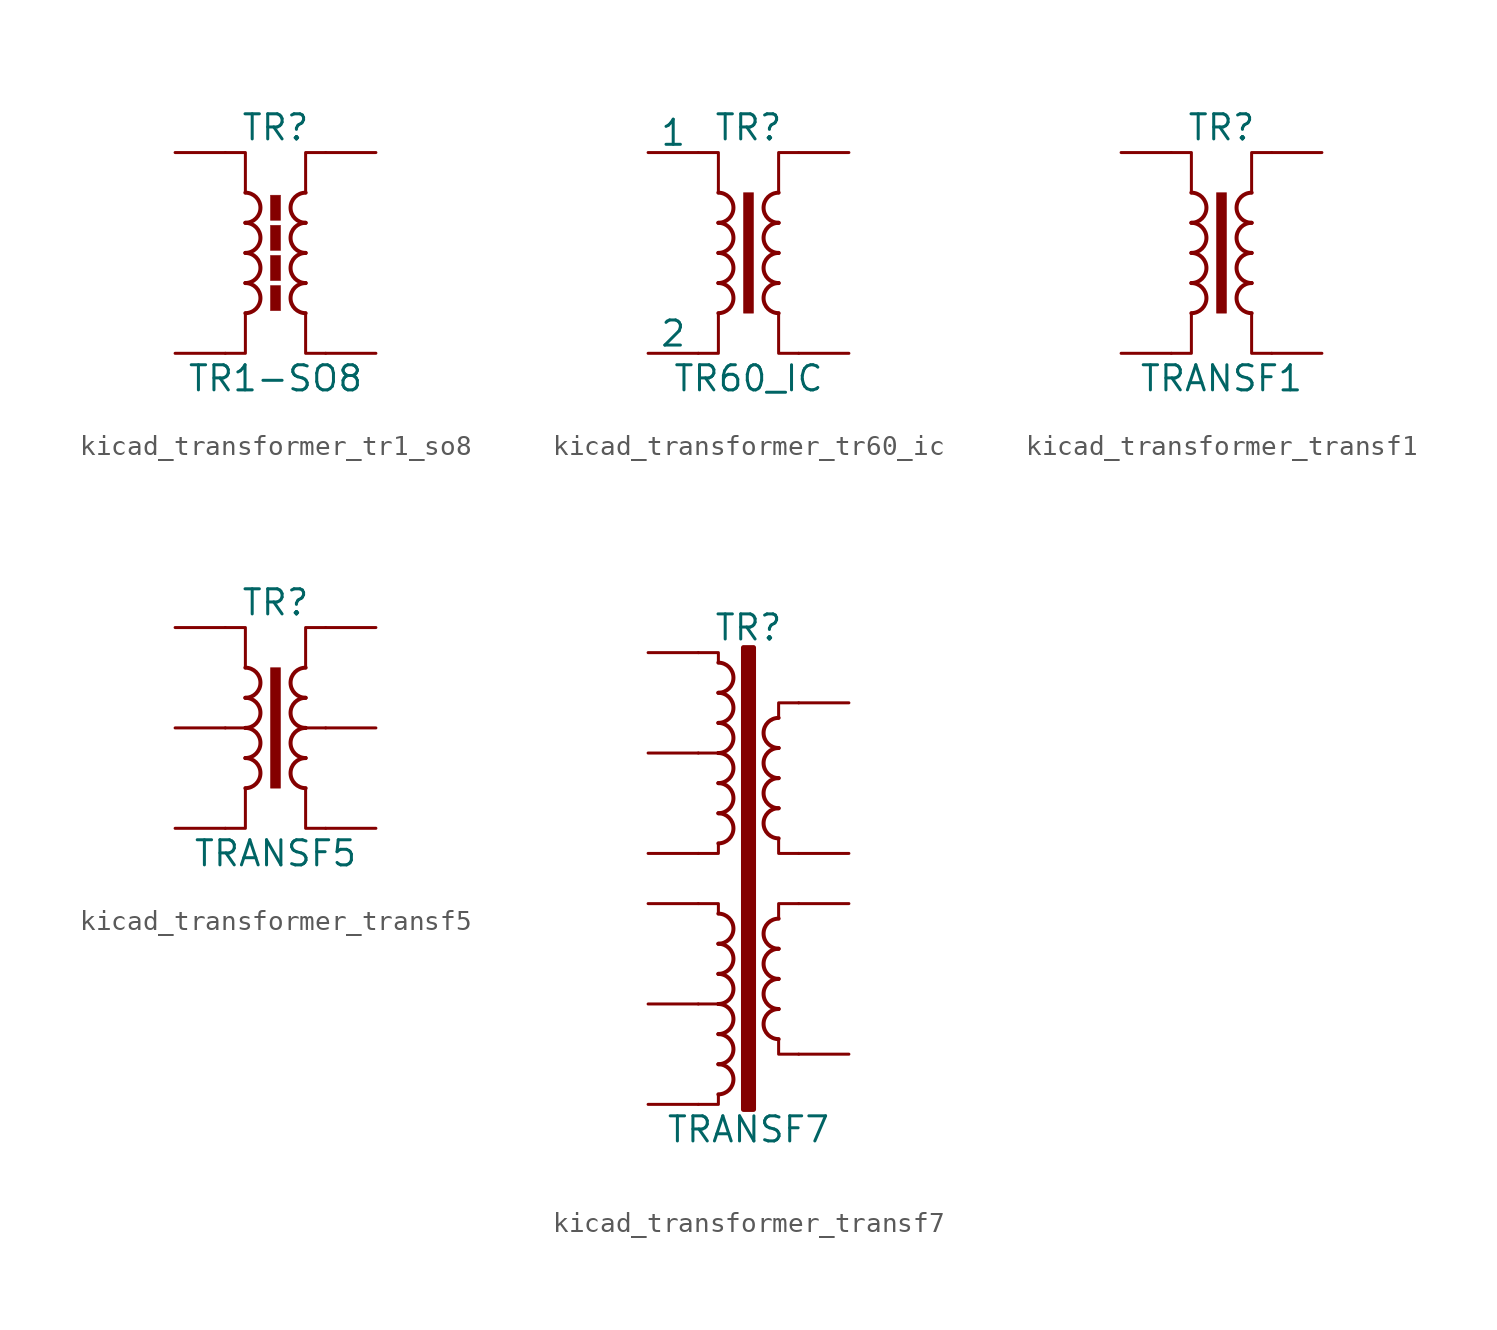
<source format=kicad_sym>
(kicad_symbol_lib
  (version 20220914)
  (generator kicad_symbol_editor)
  (symbol "kicad_transformer_tr1_so8"
    (pin_numbers hide)
    (pin_names
      (offset 0))
    (property "Reference" "TR"
      (at 0 6.35 0)
      (effects (font (size 1.27 1.27))))
    (property "Value" "TR1-SO8"
      (at 0 -6.35 0)
      (effects (font (size 1.27 1.27))))
    (symbol "kicad_transformer_tr1_so8_0_1"
      (arc (start -1.524 -3.048) (mid -0.7653 -2.286) (end -1.524 -1.524) (stroke (width 0.2032) (type default)) (fill (type none)))
      (arc (start -1.524 -1.524) (mid -0.7653 -0.762) (end -1.524 0) (stroke (width 0.2032) (type default)) (fill (type none)))
      (arc (start -1.524 0) (mid -0.7653 0.762) (end -1.524 1.524) (stroke (width 0.2032) (type default)) (fill (type none)))
      (arc (start -1.524 1.524) (mid -0.7653 2.286) (end -1.524 3.048) (stroke (width 0.2032) (type default)) (fill (type none)))
      (rectangle (start -0.254 -1.651) (end 0.254 -2.921) (stroke (width 0.025) (type default)) (fill (type outline)))
      (rectangle (start -0.254 -0.127) (end 0.254 -1.397) (stroke (width 0.025) (type default)) (fill (type outline)))
      (rectangle (start -0.254 1.397) (end 0.254 0.127) (stroke (width 0.025) (type default)) (fill (type outline)))
      (rectangle (start -0.254 2.921) (end 0.254 1.651) (stroke (width 0.025) (type default)) (fill (type outline)))
      (polyline (pts (xy -2.54 5.08) (xy -1.524 5.08) (xy -1.524 3.048) (xy -1.524 3.048)) (stroke (width 0.152) (type default)) (fill (type none)))
      (polyline (pts (xy -1.524 -3.048) (xy -1.524 -5.08) (xy -2.54 -5.08) (xy -2.54 -5.08)) (stroke (width 0.152) (type default)) (fill (type none)))
      (polyline (pts (xy 1.524 3.048) (xy 1.524 5.08) (xy 2.54 5.08) (xy 2.54 5.08)) (stroke (width 0.152) (type default)) (fill (type none)))
      (polyline (pts (xy 2.54 -5.08) (xy 1.524 -5.08) (xy 1.524 -3.048) (xy 1.524 -3.048)) (stroke (width 0.152) (type default)) (fill (type none)))
      (arc (start 1.524 -1.524) (mid 0.7653 -2.286) (end 1.524 -3.048) (stroke (width 0.2032) (type default)) (fill (type none)))
      (arc (start 1.524 0) (mid 0.7653 -0.762) (end 1.524 -1.524) (stroke (width 0.2032) (type default)) (fill (type none)))
      (arc (start 1.524 1.524) (mid 0.7653 0.762) (end 1.524 0) (stroke (width 0.2032) (type default)) (fill (type none)))
      (arc (start 1.524 3.048) (mid 0.7653 2.286) (end 1.524 1.524) (stroke (width 0.2032) (type default)) (fill (type none))))
    (symbol "kicad_transformer_tr1_so8_1_1"
      (pin passive line (at -5.08 5.08 0) (length 2.54) (name "~" (effects (font (size 1.27 1.27)))) (number "1" (effects (font (size 1.27 1.27)))))
      (pin passive line (at -5.08 -5.08 0) (length 2.54) (name "~" (effects (font (size 1.27 1.27)))) (number "4" (effects (font (size 1.27 1.27)))))
      (pin passive line (at 5.08 -5.08 180) (length 2.54) (name "~" (effects (font (size 1.27 1.27)))) (number "5" (effects (font (size 1.27 1.27)))))
      (pin passive line (at 5.08 5.08 180) (length 2.54) (name "~" (effects (font (size 1.27 1.27)))) (number "8" (effects (font (size 1.27 1.27)))))))
  (symbol "kicad_transformer_tr60_ic"
    (pin_numbers hide)
    (pin_names
      (offset 0))
    (property "Reference" "TR"
      (at 0 6.35 0)
      (effects (font (size 1.27 1.27))))
    (property "Value" "TR60_IC"
      (at 0 -6.35 0)
      (effects (font (size 1.27 1.27))))
    (symbol "kicad_transformer_tr60_ic_0_1"
      (arc (start -1.524 -3.048) (mid -0.7653 -2.286) (end -1.524 -1.524) (stroke (width 0.2032) (type default)) (fill (type none)))
      (arc (start -1.524 -1.524) (mid -0.7653 -0.762) (end -1.524 0) (stroke (width 0.2032) (type default)) (fill (type none)))
      (arc (start -1.524 0) (mid -0.7653 0.762) (end -1.524 1.524) (stroke (width 0.2032) (type default)) (fill (type none)))
      (arc (start -1.524 1.524) (mid -0.7653 2.286) (end -1.524 3.048) (stroke (width 0.2032) (type default)) (fill (type none)))
      (rectangle (start -0.254 3.048) (end 0.254 -3.048) (stroke (width 0.025) (type default)) (fill (type outline)))
      (polyline (pts (xy -2.54 5.08) (xy -1.524 5.08) (xy -1.524 3.048) (xy -1.524 3.048)) (stroke (width 0.152) (type default)) (fill (type none)))
      (polyline (pts (xy -1.524 -3.048) (xy -1.524 -5.08) (xy -2.54 -5.08) (xy -2.54 -5.08)) (stroke (width 0.152) (type default)) (fill (type none)))
      (polyline (pts (xy 1.524 3.048) (xy 1.524 5.08) (xy 2.54 5.08) (xy 2.54 5.08)) (stroke (width 0.152) (type default)) (fill (type none)))
      (polyline (pts (xy 2.54 -5.08) (xy 1.524 -5.08) (xy 1.524 -3.048) (xy 1.524 -3.048)) (stroke (width 0.152) (type default)) (fill (type none)))
      (arc (start 1.524 -1.524) (mid 0.7653 -2.286) (end 1.524 -3.048) (stroke (width 0.2032) (type default)) (fill (type none)))
      (arc (start 1.524 0) (mid 0.7653 -0.762) (end 1.524 -1.524) (stroke (width 0.2032) (type default)) (fill (type none)))
      (arc (start 1.524 1.524) (mid 0.7653 0.762) (end 1.524 0) (stroke (width 0.2032) (type default)) (fill (type none)))
      (arc (start 1.524 3.048) (mid 0.7653 2.286) (end 1.524 1.524) (stroke (width 0.2032) (type default)) (fill (type none))))
    (symbol "kicad_transformer_tr60_ic_1_1"
      (pin passive line (at -5.08 5.08 0) (length 2.54) (name "1" (effects (font (size 1.27 1.27)))) (number "1" (effects (font (size 1.27 1.27)))))
      (pin passive line (at -5.08 -5.08 0) (length 2.54) (name "2" (effects (font (size 1.27 1.27)))) (number "2" (effects (font (size 1.27 1.27)))))
      (pin passive line (at 5.08 5.08 180) (length 2.54) (name "~" (effects (font (size 1.27 1.27)))) (number "3" (effects (font (size 1.27 1.27)))))
      (pin passive line (at 5.08 -5.08 180) (length 2.54) (name "~" (effects (font (size 1.27 1.27)))) (number "4" (effects (font (size 1.27 1.27)))))))
  (symbol "kicad_transformer_transf1"
    (pin_numbers hide)
    (pin_names
      (offset 0))
    (property "Reference" "TR"
      (at 0 6.35 0)
      (effects (font (size 1.27 1.27))))
    (property "Value" "TRANSF1"
      (at 0 -6.35 0)
      (effects (font (size 1.27 1.27))))
    (symbol "kicad_transformer_transf1_0_1"
      (arc (start -1.524 -3.048) (mid -0.7653 -2.286) (end -1.524 -1.524) (stroke (width 0.2032) (type default)) (fill (type none)))
      (arc (start -1.524 -1.524) (mid -0.7653 -0.762) (end -1.524 0) (stroke (width 0.2032) (type default)) (fill (type none)))
      (arc (start -1.524 0) (mid -0.7653 0.762) (end -1.524 1.524) (stroke (width 0.2032) (type default)) (fill (type none)))
      (arc (start -1.524 1.524) (mid -0.7653 2.286) (end -1.524 3.048) (stroke (width 0.2032) (type default)) (fill (type none)))
      (rectangle (start -0.254 3.048) (end 0.254 -3.048) (stroke (width 0.025) (type default)) (fill (type outline)))
      (polyline (pts (xy -2.54 5.08) (xy -1.524 5.08) (xy -1.524 3.048) (xy -1.524 3.048)) (stroke (width 0.152) (type default)) (fill (type none)))
      (polyline (pts (xy -1.524 -3.048) (xy -1.524 -5.08) (xy -2.54 -5.08) (xy -2.54 -5.08)) (stroke (width 0.152) (type default)) (fill (type none)))
      (polyline (pts (xy 1.524 3.048) (xy 1.524 5.08) (xy 2.54 5.08) (xy 2.54 5.08)) (stroke (width 0.152) (type default)) (fill (type none)))
      (polyline (pts (xy 2.54 -5.08) (xy 1.524 -5.08) (xy 1.524 -3.048) (xy 1.524 -3.048)) (stroke (width 0.152) (type default)) (fill (type none)))
      (arc (start 1.524 -1.524) (mid 0.7653 -2.286) (end 1.524 -3.048) (stroke (width 0.2032) (type default)) (fill (type none)))
      (arc (start 1.524 0) (mid 0.7653 -0.762) (end 1.524 -1.524) (stroke (width 0.2032) (type default)) (fill (type none)))
      (arc (start 1.524 1.524) (mid 0.7653 0.762) (end 1.524 0) (stroke (width 0.2032) (type default)) (fill (type none)))
      (arc (start 1.524 3.048) (mid 0.7653 2.286) (end 1.524 1.524) (stroke (width 0.2032) (type default)) (fill (type none))))
    (symbol "kicad_transformer_transf1_1_1"
      (pin passive line (at -5.08 5.08 0) (length 2.54) (name "~" (effects (font (size 1.27 1.27)))) (number "1" (effects (font (size 1.27 1.27)))))
      (pin passive line (at -5.08 -5.08 0) (length 2.54) (name "~" (effects (font (size 1.27 1.27)))) (number "2" (effects (font (size 1.27 1.27)))))
      (pin passive line (at 5.08 -5.08 180) (length 2.54) (name "~" (effects (font (size 1.27 1.27)))) (number "3" (effects (font (size 1.27 1.27)))))
      (pin passive line (at 5.08 5.08 180) (length 2.54) (name "~" (effects (font (size 1.27 1.27)))) (number "4" (effects (font (size 1.27 1.27)))))))
  (symbol "kicad_transformer_transf5"
    (pin_numbers hide)
    (pin_names
      (offset 0))
    (property "Reference" "TR"
      (at 0 6.35 0)
      (effects (font (size 1.27 1.27))))
    (property "Value" "TRANSF5"
      (at 0 -6.35 0)
      (effects (font (size 1.27 1.27))))
    (symbol "kicad_transformer_transf5_0_1"
      (arc (start -1.524 -3.048) (mid -0.7653 -2.286) (end -1.524 -1.524) (stroke (width 0.2032) (type default)) (fill (type none)))
      (arc (start -1.524 -1.524) (mid -0.7653 -0.762) (end -1.524 0) (stroke (width 0.2032) (type default)) (fill (type none)))
      (arc (start -1.524 0) (mid -0.7653 0.762) (end -1.524 1.524) (stroke (width 0.2032) (type default)) (fill (type none)))
      (arc (start -1.524 1.524) (mid -0.7653 2.286) (end -1.524 3.048) (stroke (width 0.2032) (type default)) (fill (type none)))
      (rectangle (start -0.254 3.048) (end 0.254 -3.048) (stroke (width 0.025) (type default)) (fill (type outline)))
      (polyline (pts (xy -1.524 0) (xy -2.54 0) (xy -2.54 0)) (stroke (width 0) (type default)) (fill (type outline)))
      (polyline (pts (xy 1.524 0) (xy 2.54 0) (xy 2.54 0)) (stroke (width 0) (type default)) (fill (type outline)))
      (polyline (pts (xy -2.54 5.08) (xy -1.524 5.08) (xy -1.524 3.048) (xy -1.524 3.048)) (stroke (width 0.152) (type default)) (fill (type none)))
      (polyline (pts (xy -1.524 -3.048) (xy -1.524 -5.08) (xy -2.54 -5.08) (xy -2.54 -5.08)) (stroke (width 0.152) (type default)) (fill (type none)))
      (polyline (pts (xy 1.524 3.048) (xy 1.524 5.08) (xy 2.54 5.08) (xy 2.54 5.08)) (stroke (width 0.152) (type default)) (fill (type none)))
      (polyline (pts (xy 2.54 -5.08) (xy 1.524 -5.08) (xy 1.524 -3.048) (xy 1.524 -3.048)) (stroke (width 0.152) (type default)) (fill (type none)))
      (arc (start 1.524 -1.524) (mid 0.7653 -2.286) (end 1.524 -3.048) (stroke (width 0.2032) (type default)) (fill (type none)))
      (arc (start 1.524 0) (mid 0.7653 -0.762) (end 1.524 -1.524) (stroke (width 0.2032) (type default)) (fill (type none)))
      (arc (start 1.524 1.524) (mid 0.7653 0.762) (end 1.524 0) (stroke (width 0.2032) (type default)) (fill (type none)))
      (arc (start 1.524 3.048) (mid 0.7653 2.286) (end 1.524 1.524) (stroke (width 0.2032) (type default)) (fill (type none))))
    (symbol "kicad_transformer_transf5_1_1"
      (pin passive line (at -5.08 5.08 0) (length 2.54) (name "~" (effects (font (size 1.27 1.27)))) (number "1" (effects (font (size 1.27 1.27)))))
      (pin passive line (at -5.08 0 0) (length 2.54) (name "~" (effects (font (size 1.27 1.27)))) (number "2" (effects (font (size 1.27 1.27)))))
      (pin passive line (at -5.08 -5.08 0) (length 2.54) (name "~" (effects (font (size 1.27 1.27)))) (number "3" (effects (font (size 1.27 1.27)))))
      (pin passive line (at 5.08 -5.08 180) (length 2.54) (name "~" (effects (font (size 1.27 1.27)))) (number "4" (effects (font (size 1.27 1.27)))))
      (pin passive line (at 5.08 0 180) (length 2.54) (name "~" (effects (font (size 1.27 1.27)))) (number "5" (effects (font (size 1.27 1.27)))))
      (pin passive line (at 5.08 5.08 180) (length 2.54) (name "~" (effects (font (size 1.27 1.27)))) (number "6" (effects (font (size 1.27 1.27)))))))
  (symbol "kicad_transformer_transf7"
    (pin_numbers hide)
    (pin_names
      (offset 0))
    (property "Reference" "TR"
      (at 0 13.97 0)
      (effects (font (size 1.27 1.27))))
    (property "Value" "TRANSF7"
      (at 0 -11.43 0)
      (effects (font (size 1.27 1.27))))
    (symbol "kicad_transformer_transf7_0_1"
      (arc (start -1.524 -9.652) (mid -0.7653 -8.89) (end -1.524 -8.128) (stroke (width 0.2032) (type default)) (fill (type none)))
      (arc (start -1.524 -8.128) (mid -0.7653 -7.366) (end -1.524 -6.604) (stroke (width 0.2032) (type default)) (fill (type none)))
      (arc (start -1.524 -6.604) (mid -0.7653 -5.842) (end -1.524 -5.08) (stroke (width 0.2032) (type default)) (fill (type none)))
      (arc (start -1.524 -5.08) (mid -0.7653 -4.318) (end -1.524 -3.556) (stroke (width 0.2032) (type default)) (fill (type none)))
      (arc (start -1.524 -3.556) (mid -0.7653 -2.794) (end -1.524 -2.032) (stroke (width 0.2032) (type default)) (fill (type none)))
      (arc (start -1.524 -2.032) (mid -0.7653 -1.27) (end -1.524 -0.508) (stroke (width 0.2032) (type default)) (fill (type none)))
      (arc (start -1.524 3.048) (mid -0.7653 3.81) (end -1.524 4.572) (stroke (width 0.2032) (type default)) (fill (type none)))
      (arc (start -1.524 4.572) (mid -0.7653 5.334) (end -1.524 6.096) (stroke (width 0.2032) (type default)) (fill (type none)))
      (arc (start -1.524 6.096) (mid -0.7653 6.858) (end -1.524 7.62) (stroke (width 0.2032) (type default)) (fill (type none)))
      (arc (start -1.524 7.62) (mid -0.7653 8.382) (end -1.524 9.144) (stroke (width 0.2032) (type default)) (fill (type none)))
      (arc (start -1.524 9.144) (mid -0.7653 9.906) (end -1.524 10.668) (stroke (width 0.2032) (type default)) (fill (type none)))
      (arc (start -1.524 10.668) (mid -0.7653 11.43) (end -1.524 12.192) (stroke (width 0.2032) (type default)) (fill (type none)))
      (rectangle (start -0.254 12.954) (end 0.254 -10.414) (stroke (width 0.254) (type default)) (fill (type outline)))
      (polyline (pts (xy -1.524 -5.08) (xy -2.54 -5.08) (xy -2.54 -5.08)) (stroke (width 0) (type default)) (fill (type outline)))
      (polyline (pts (xy -1.524 7.62) (xy -2.54 7.62) (xy -2.54 7.62)) (stroke (width 0) (type default)) (fill (type outline)))
      (polyline (pts (xy -1.524 -9.652) (xy -1.524 -10.16) (xy -2.54 -10.16) (xy -2.54 -10.16)) (stroke (width 0) (type default)) (fill (type none)))
      (polyline (pts (xy -1.524 -0.508) (xy -1.524 0) (xy -2.54 0) (xy -2.54 0)) (stroke (width 0) (type default)) (fill (type none)))
      (polyline (pts (xy -1.524 3.048) (xy -1.524 2.54) (xy -2.54 2.54) (xy -2.54 2.54)) (stroke (width 0) (type default)) (fill (type none)))
      (polyline (pts (xy -1.524 12.192) (xy -1.524 12.7) (xy -2.54 12.7) (xy -2.54 12.7)) (stroke (width 0) (type default)) (fill (type none)))
      (polyline (pts (xy 1.524 -0.762) (xy 1.524 0) (xy 2.54 0) (xy 2.54 0)) (stroke (width 0) (type default)) (fill (type none)))
      (polyline (pts (xy 1.524 9.398) (xy 1.524 10.16) (xy 2.54 10.16) (xy 2.54 10.16)) (stroke (width 0) (type default)) (fill (type none)))
      (polyline (pts (xy 1.524 -6.858) (xy 1.524 -7.62) (xy 2.54 -7.62) (xy 2.54 -7.62) (xy 2.54 -7.62) (xy 2.54 -7.62)) (stroke (width 0) (type default)) (fill (type none)))
      (polyline (pts (xy 1.524 3.302) (xy 1.524 2.54) (xy 2.54 2.54) (xy 2.54 2.54) (xy 2.54 2.54) (xy 2.54 2.54)) (stroke (width 0) (type default)) (fill (type none)))
      (arc (start 1.524 -5.334) (mid 0.7653 -6.096) (end 1.524 -6.858) (stroke (width 0.2032) (type default)) (fill (type none)))
      (arc (start 1.524 -3.81) (mid 0.7653 -4.572) (end 1.524 -5.334) (stroke (width 0.2032) (type default)) (fill (type none)))
      (arc (start 1.524 -2.286) (mid 0.7653 -3.048) (end 1.524 -3.81) (stroke (width 0.2032) (type default)) (fill (type none)))
      (arc (start 1.524 -0.762) (mid 0.7653 -1.524) (end 1.524 -2.286) (stroke (width 0.2032) (type default)) (fill (type none)))
      (arc (start 1.524 4.826) (mid 0.7653 4.064) (end 1.524 3.302) (stroke (width 0.2032) (type default)) (fill (type none)))
      (arc (start 1.524 6.35) (mid 0.7653 5.588) (end 1.524 4.826) (stroke (width 0.2032) (type default)) (fill (type none)))
      (arc (start 1.524 7.874) (mid 0.7653 7.112) (end 1.524 6.35) (stroke (width 0.2032) (type default)) (fill (type none)))
      (arc (start 1.524 9.398) (mid 0.7653 8.636) (end 1.524 7.874) (stroke (width 0.2032) (type default)) (fill (type none))))
    (symbol "kicad_transformer_transf7_1_1"
      (pin passive line (at 5.08 10.16 180) (length 2.54) (name "~" (effects (font (size 1.27 1.27)))) (number "1" (effects (font (size 1.27 1.27)))))
      (pin passive line (at -5.08 12.7 0) (length 2.54) (name "~" (effects (font (size 1.27 1.27)))) (number "10" (effects (font (size 1.27 1.27)))))
      (pin passive line (at 5.08 2.54 180) (length 2.54) (name "~" (effects (font (size 1.27 1.27)))) (number "2" (effects (font (size 1.27 1.27)))))
      (pin passive line (at 5.08 0 180) (length 2.54) (name "~" (effects (font (size 1.27 1.27)))) (number "3" (effects (font (size 1.27 1.27)))))
      (pin passive line (at 5.08 -7.62 180) (length 2.54) (name "~" (effects (font (size 1.27 1.27)))) (number "4" (effects (font (size 1.27 1.27)))))
      (pin passive line (at -5.08 -10.16 0) (length 2.54) (name "~" (effects (font (size 1.27 1.27)))) (number "5" (effects (font (size 1.27 1.27)))))
      (pin passive line (at -5.08 -5.08 0) (length 2.54) (name "~" (effects (font (size 1.27 1.27)))) (number "6" (effects (font (size 1.27 1.27)))))
      (pin passive line (at -5.08 0 0) (length 2.54) (name "~" (effects (font (size 1.27 1.27)))) (number "7" (effects (font (size 1.27 1.27)))))
      (pin passive line (at -5.08 2.54 0) (length 2.54) (name "~" (effects (font (size 1.27 1.27)))) (number "8" (effects (font (size 1.27 1.27)))))
      (pin passive line (at -5.08 7.62 0) (length 2.54) (name "~" (effects (font (size 1.27 1.27)))) (number "9" (effects (font (size 1.27 1.27))))))))
</source>
